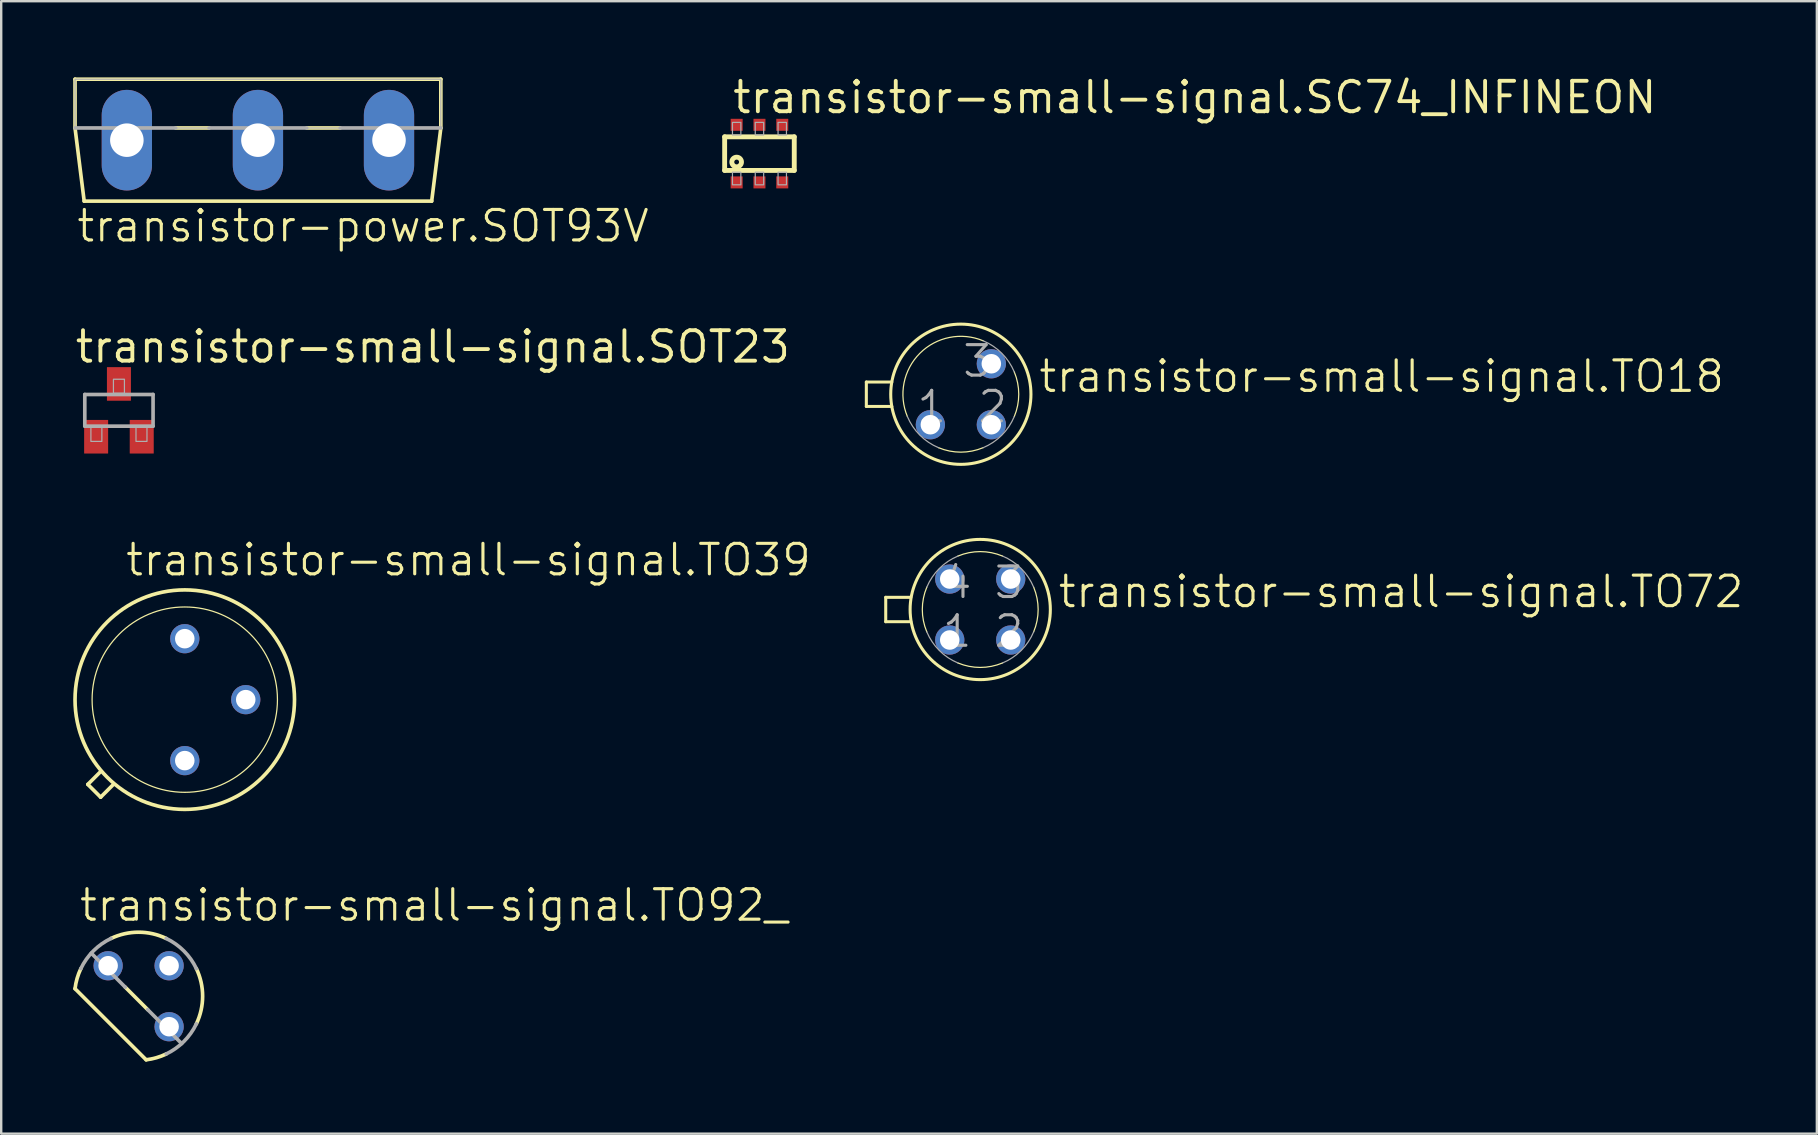
<source format=kicad_pcb>
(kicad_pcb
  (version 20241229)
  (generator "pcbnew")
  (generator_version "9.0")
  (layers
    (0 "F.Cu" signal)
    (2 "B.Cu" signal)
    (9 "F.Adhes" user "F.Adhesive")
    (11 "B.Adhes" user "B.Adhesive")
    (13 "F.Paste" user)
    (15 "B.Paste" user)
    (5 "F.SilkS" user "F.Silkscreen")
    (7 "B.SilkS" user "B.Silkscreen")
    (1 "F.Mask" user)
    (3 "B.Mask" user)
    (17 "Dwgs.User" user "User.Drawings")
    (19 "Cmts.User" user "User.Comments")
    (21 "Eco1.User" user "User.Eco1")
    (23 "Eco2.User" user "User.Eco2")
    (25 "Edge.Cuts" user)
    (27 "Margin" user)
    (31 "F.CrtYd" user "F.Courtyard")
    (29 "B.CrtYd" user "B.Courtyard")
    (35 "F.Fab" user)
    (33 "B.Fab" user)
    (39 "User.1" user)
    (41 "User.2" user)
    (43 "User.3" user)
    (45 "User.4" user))
  (footprint "transistor-small-signal.TO72"
    (layer "F.Cu")
    (at 37.789 22.344)
    (property "Reference" "transistor-small-signal.TO72" (at 3.175 0 0) (layer "F.SilkS") (effects (font (size 1.27 1.27) (thickness 0.13)) (justify left bottom)))
    (attr through_hole)
    (fp_line (start -3.937 -0.508) (end -2.896 -0.508) (stroke (width 0.127) (type default)) (layer "F.SilkS"))
    (fp_line (start -3.937 0.508) (end -3.937 -0.508) (stroke (width 0.127) (type default)) (layer "F.SilkS"))
    (fp_line (start -2.896 0.508) (end -3.937 0.508) (stroke (width 0.127) (type default)) (layer "F.SilkS"))
    (fp_arc (start -2.227 0.9289) (mid -2.412962 0) (end -2.227 -0.9289) (stroke (width 0.0508) (type default)) (layer "F.SilkS"))
    (fp_arc (start -0.9289 -2.227) (mid 0 -2.412962) (end 0.9289 -2.227) (stroke (width 0.0508) (type default)) (layer "F.SilkS"))
    (fp_arc (start 0.9289 2.227) (mid 0 2.412962) (end -0.9289 2.227) (stroke (width 0.0508) (type default)) (layer "F.SilkS"))
    (fp_arc (start 2.227 -0.9289) (mid 2.412962 0) (end 2.227 0.9289) (stroke (width 0.0508) (type default)) (layer "F.SilkS"))
    (fp_circle (center 0 0) (end 2.921 0) (stroke (width 0.127) (type default)) (fill no) (layer "F.SilkS"))
    (fp_arc (start -2.227 -0.9289) (mid -1.706222 -1.706222) (end -0.9289 -2.227) (stroke (width 0.0508) (type default)) (layer "F.Fab"))
    (fp_arc (start -0.9289 2.227) (mid -1.706222 1.706222) (end -2.227 0.9289) (stroke (width 0.0508) (type default)) (layer "F.Fab"))
    (fp_arc (start 0.9289 -2.227) (mid 1.706222 -1.706222) (end 2.227 -0.9289) (stroke (width 0.0508) (type default)) (layer "F.Fab"))
    (fp_arc (start 2.227 0.9289) (mid 1.706222 1.706222) (end 0.9289 2.227) (stroke (width 0.0508) (type default)) (layer "F.Fab"))
    (fp_text user "2" (at 0.508 1.651 0) (layer "F.Fab") (effects (font (size 1.27 1.27) (thickness 0.13)) (justify left bottom)))
    (fp_text user "4" (at -1.651 -0.381 0) (layer "F.Fab") (effects (font (size 1.27 1.27) (thickness 0.13)) (justify left bottom)))
    (fp_text user "3" (at 0.508 -0.381 0) (layer "F.Fab") (effects (font (size 1.27 1.27) (thickness 0.13)) (justify left bottom)))
    (fp_text user "1" (at -1.651 1.651 0) (layer "F.Fab") (effects (font (size 1.27 1.27) (thickness 0.13)) (justify left bottom)))
    (pad "1" thru_hole circle (at -1.27 1.27) (size 1.219 1.219) (drill 0.813) (layers "*.Cu" "*.Mask"))
    (pad "2" thru_hole circle (at 1.27 1.27) (size 1.219 1.219) (drill 0.813) (layers "*.Cu" "*.Mask"))
    (pad "3" thru_hole circle (at 1.27 -1.27) (size 1.219 1.219) (drill 0.813) (layers "*.Cu" "*.Mask"))
    (pad "4" thru_hole circle (at -1.27 -1.27) (size 1.219 1.219) (drill 0.813) (layers "*.Cu" "*.Mask")))
  (footprint "transistor-small-signal.TO39"
    (layer "F.Cu")
    (at 4.648 26.099)
    (property "Reference" "transistor-small-signal.TO39" (at -2.54 -5.08 0) (layer "F.SilkS") (effects (font (size 1.27 1.27) (thickness 0.13)) (justify left bottom)))
    (attr through_hole)
    (fp_line (start -4.039 3.531) (end -3.505 2.997) (stroke (width 0.152) (type default)) (layer "F.SilkS"))
    (fp_line (start -3.505 4.064) (end -4.039 3.531) (stroke (width 0.152) (type default)) (layer "F.SilkS"))
    (fp_line (start -2.972 3.531) (end -3.505 4.064) (stroke (width 0.152) (type default)) (layer "F.SilkS"))
    (fp_circle (center 0 0) (end 3.861 0) (stroke (width 0.051) (type default)) (fill no) (layer "F.SilkS"))
    (fp_circle (center 0 0) (end 4.572 0) (stroke (width 0.152) (type default)) (fill no) (layer "F.SilkS"))
    (pad "1" thru_hole circle (at 0 2.54) (size 1.219 1.219) (drill 0.813) (layers "*.Cu" "*.Mask"))
    (pad "2" thru_hole circle (at 2.54 0) (size 1.219 1.219) (drill 0.813) (layers "*.Cu" "*.Mask"))
    (pad "3" thru_hole circle (at 0 -2.54) (size 1.219 1.219) (drill 0.813) (layers "*.Cu" "*.Mask")))
  (footprint "transistor-small-signal.SOT23"
    (layer "F.Cu")
    (at 1.905 14.045)
    (property "Reference" "transistor-small-signal.SOT23" (at -1.905 -1.905 0) (layer "F.SilkS") (effects (font (size 1.27 1.27) (thickness 0.16)) (justify left bottom)))
    (attr smd)
    (fp_line (start -1.422 -0.66) (end 1.422 -0.66) (stroke (width 0.152) (type default)) (layer "F.Fab"))
    (fp_line (start -1.422 0.66) (end -1.422 -0.66) (stroke (width 0.152) (type default)) (layer "F.Fab"))
    (fp_line (start 1.422 -0.66) (end 1.422 0.66) (stroke (width 0.152) (type default)) (layer "F.Fab"))
    (fp_line (start 1.422 0.66) (end -1.422 0.66) (stroke (width 0.152) (type default)) (layer "F.Fab"))
    (fp_rect (start -1.168 1.295) (end -0.711 0.711) (stroke (width 0.05) (type default)) (fill no) (layer "F.Fab"))
    (fp_rect (start -0.229 -0.711) (end 0.229 -1.295) (stroke (width 0.05) (type default)) (fill no) (layer "F.Fab"))
    (fp_rect (start 0.711 1.295) (end 1.168 0.711) (stroke (width 0.05) (type default)) (fill no) (layer "F.Fab"))
    (pad "1" smd roundrect (at -0.95 1.1) (size 1 1.4) (layers "F.Cu" "F.Mask" "F.Paste") (roundrect_rratio 0.01))
    (pad "2" smd roundrect (at 0.95 1.1) (size 1 1.4) (layers "F.Cu" "F.Mask" "F.Paste") (roundrect_rratio 0.01))
    (pad "3" smd roundrect (at 0 -1.1) (size 1 1.4) (layers "F.Cu" "F.Mask" "F.Paste") (roundrect_rratio 0.01)))
  (footprint "transistor-small-signal.TO18"
    (layer "F.Cu")
    (at 36.981 13.375)
    (property "Reference" "transistor-small-signal.TO18" (at 3.175 0 0) (layer "F.SilkS") (effects (font (size 1.27 1.27) (thickness 0.13)) (justify left bottom)))
    (attr through_hole)
    (fp_line (start -3.937 -0.508) (end -2.877 -0.508) (stroke (width 0.127) (type default)) (layer "F.SilkS"))
    (fp_line (start -3.937 0.508) (end -3.937 -0.508) (stroke (width 0.127) (type default)) (layer "F.SilkS"))
    (fp_line (start -3.937 0.508) (end -2.877 0.508) (stroke (width 0.127) (type default)) (layer "F.SilkS"))
    (fp_arc (start -2.227 0.9289) (mid -1.706187 -1.706287) (end 0.929 -2.2271) (stroke (width 0.0508) (type default)) (layer "F.SilkS"))
    (fp_arc (start 0.9289 2.227) (mid 0 2.412962) (end -0.9289 2.227) (stroke (width 0.0508) (type default)) (layer "F.SilkS"))
    (fp_arc (start 2.227 -0.9289) (mid 2.412962 0) (end 2.227 0.9289) (stroke (width 0.0508) (type default)) (layer "F.SilkS"))
    (fp_circle (center 0 0) (end 2.921 0) (stroke (width 0.127) (type default)) (fill no) (layer "F.SilkS"))
    (fp_arc (start -0.9289 2.227) (mid -1.706222 1.706222) (end -2.227 0.9289) (stroke (width 0.0508) (type default)) (layer "F.Fab"))
    (fp_arc (start 0.9289 -2.227) (mid 1.706222 -1.706222) (end 2.227 -0.9289) (stroke (width 0.0508) (type default)) (layer "F.Fab"))
    (fp_arc (start 2.227 0.9289) (mid 1.706222 1.706222) (end 0.9289 2.227) (stroke (width 0.0508) (type default)) (layer "F.Fab"))
    (fp_text user "2" (at 0.635 1.27 0) (layer "F.Fab") (effects (font (size 1.27 1.27) (thickness 0.13)) (justify left bottom)))
    (fp_text user "1" (at -1.905 1.27 0) (layer "F.Fab") (effects (font (size 1.27 1.27) (thickness 0.13)) (justify left bottom)))
    (fp_text user "3" (at 0 -0.635 0) (layer "F.Fab") (effects (font (size 1.27 1.27) (thickness 0.13)) (justify left bottom)))
    (pad "1" thru_hole circle (at -1.27 1.27) (size 1.219 1.219) (drill 0.813) (layers "*.Cu" "*.Mask"))
    (pad "2" thru_hole circle (at 1.27 1.27) (size 1.219 1.219) (drill 0.813) (layers "*.Cu" "*.Mask"))
    (pad "3" thru_hole circle (at 1.27 -1.27) (size 1.219 1.219) (drill 0.813) (layers "*.Cu" "*.Mask")))
  (footprint "transistor-small-signal.SC74_INFINEON"
    (layer "F.Cu")
    (at 28.591 3.35)
    (property "Reference" "transistor-small-signal.SC74_INFINEON" (at -1.2 -1.6 0) (layer "F.SilkS") (effects (font (size 1.27 1.27) (thickness 0.16)) (justify left bottom)))
    (attr smd)
    (fp_line (start -1.45 -0.7) (end -1.45 0.7) (stroke (width 0.203) (type default)) (layer "F.SilkS"))
    (fp_line (start -1.45 0.7) (end 1.45 0.7) (stroke (width 0.203) (type default)) (layer "F.SilkS"))
    (fp_line (start 1.45 -0.7) (end -1.45 -0.7) (stroke (width 0.203) (type default)) (layer "F.SilkS"))
    (fp_line (start 1.45 0.7) (end 1.45 -0.7) (stroke (width 0.203) (type default)) (layer "F.SilkS"))
    (fp_circle (center -0.95 0.35) (end -0.85 0.35) (stroke (width 0.203) (type default)) (fill no) (layer "F.SilkS"))
    (fp_rect (start -1.125 -0.775) (end -0.775 -1.3) (stroke (width 0.05) (type default)) (fill no) (layer "F.Fab"))
    (fp_rect (start -1.125 1.3) (end -0.775 0.775) (stroke (width 0.05) (type default)) (fill no) (layer "F.Fab"))
    (fp_rect (start -0.175 -0.775) (end 0.175 -1.3) (stroke (width 0.05) (type default)) (fill no) (layer "F.Fab"))
    (fp_rect (start -0.175 1.3) (end 0.175 0.775) (stroke (width 0.05) (type default)) (fill no) (layer "F.Fab"))
    (fp_rect (start 0.775 -0.775) (end 1.125 -1.3) (stroke (width 0.05) (type default)) (fill no) (layer "F.Fab"))
    (fp_rect (start 0.775 1.3) (end 1.125 0.775) (stroke (width 0.05) (type default)) (fill no) (layer "F.Fab"))
    (pad "1" smd roundrect (at -0.95 1.2) (size 0.5 0.5) (layers "F.Cu" "F.Mask" "F.Paste") (roundrect_rratio 0.01))
    (pad "2" smd roundrect (at 0 1.2) (size 0.5 0.5) (layers "F.Cu" "F.Mask" "F.Paste") (roundrect_rratio 0.01))
    (pad "3" smd roundrect (at 0.95 1.2) (size 0.5 0.5) (layers "F.Cu" "F.Mask" "F.Paste") (roundrect_rratio 0.01))
    (pad "4" smd roundrect (at 0.95 -1.2) (size 0.5 0.5) (layers "F.Cu" "F.Mask" "F.Paste") (roundrect_rratio 0.01))
    (pad "5" smd roundrect (at 0 -1.2) (size 0.5 0.5) (layers "F.Cu" "F.Mask" "F.Paste") (roundrect_rratio 0.01))
    (pad "6" smd roundrect (at -0.95 -1.2) (size 0.5 0.5) (layers "F.Cu" "F.Mask" "F.Paste") (roundrect_rratio 0.01)))
  (footprint "transistor-small-signal.TO92_"
    (layer "F.Cu")
    (at 2.725 38.455)
    (property "Reference" "transistor-small-signal.TO92_" (at -2.54 -3.048 0) (layer "F.SilkS") (effects (font (size 1.27 1.27) (thickness 0.13)) (justify left bottom)))
    (attr through_hole)
    (fp_line (start -2.649 -0.314) (end 0.314 2.649) (stroke (width 0.152) (type default)) (layer "F.SilkS"))
    (fp_line (start -0.557 -0.377) (end 0.377 0.557) (stroke (width 0.152) (type default)) (layer "F.SilkS"))
    (fp_arc (start -2.649 -0.314) (mid -2.562364 -0.741831) (end -2.4071 -1.1498) (stroke (width 0.1524) (type default)) (layer "F.SilkS"))
    (fp_arc (start -1.1494 -2.4066) (mid 0 -2.666992) (end 1.1494 -2.4066) (stroke (width 0.1524) (type default)) (layer "F.SilkS"))
    (fp_arc (start 1.1498 2.4071) (mid 0.741831 2.562364) (end 0.314 2.649) (stroke (width 0.1524) (type default)) (layer "F.SilkS"))
    (fp_arc (start 2.4066 -1.1494) (mid 2.666992 0) (end 2.4066 1.1494) (stroke (width 0.1524) (type default)) (layer "F.SilkS"))
    (fp_line (start -1.974 -1.794) (end -0.557 -0.377) (stroke (width 0.152) (type default)) (layer "F.Fab"))
    (fp_line (start 0.377 0.557) (end 1.794 1.974) (stroke (width 0.152) (type default)) (layer "F.Fab"))
    (fp_arc (start -2.4066 -1.1494) (mid -1.885848 -1.885848) (end -1.1494 -2.4066) (stroke (width 0.1524) (type default)) (layer "F.Fab"))
    (fp_arc (start 1.1494 -2.4066) (mid 1.885848 -1.885848) (end 2.4066 -1.1494) (stroke (width 0.1524) (type default)) (layer "F.Fab"))
    (fp_arc (start 2.4066 1.1494) (mid 1.885848 1.885848) (end 1.1494 2.4066) (stroke (width 0.1524) (type default)) (layer "F.Fab"))
    (pad "1" thru_hole circle (at 1.27 1.27) (size 1.219 1.219) (drill 0.813) (layers "*.Cu" "*.Mask"))
    (pad "2" thru_hole circle (at 1.27 -1.27) (size 1.219 1.219) (drill 0.813) (layers "*.Cu" "*.Mask"))
    (pad "3" thru_hole circle (at -1.27 -1.27) (size 1.219 1.219) (drill 0.813) (layers "*.Cu" "*.Mask")))
  (footprint "transistor-power.SOT93V"
    (layer "F.Cu")
    (at 7.696 0.25)
    (property "Reference" "transistor-power.SOT93V" (at -7.62 6.858 0) (layer "F.SilkS") (effects (font (size 1.27 1.27) (thickness 0.13)) (justify left bottom)))
    (attr through_hole)
    (fp_line (start -7.62 0) (end -7.62 2.032) (stroke (width 0.152) (type default)) (layer "F.SilkS"))
    (fp_line (start -7.62 0) (end 7.62 0) (stroke (width 0.152) (type default)) (layer "F.SilkS"))
    (fp_line (start -7.62 2.032) (end -7.239 5.08) (stroke (width 0.152) (type default)) (layer "F.SilkS"))
    (fp_line (start -7.239 5.08) (end 7.239 5.08) (stroke (width 0.152) (type default)) (layer "F.SilkS"))
    (fp_line (start -2.032 2.032) (end -3.429 2.032) (stroke (width 0.152) (type default)) (layer "F.SilkS"))
    (fp_line (start 3.429 2.032) (end 2.032 2.032) (stroke (width 0.152) (type default)) (layer "F.SilkS"))
    (fp_line (start 7.62 0) (end 7.62 2.032) (stroke (width 0.152) (type default)) (layer "F.SilkS"))
    (fp_line (start 7.62 2.032) (end 7.239 5.08) (stroke (width 0.152) (type default)) (layer "F.SilkS"))
    (fp_line (start -3.429 2.032) (end -7.62 2.032) (stroke (width 0.152) (type default)) (layer "F.Fab"))
    (fp_line (start 2.032 2.032) (end -2.032 2.032) (stroke (width 0.152) (type default)) (layer "F.Fab"))
    (fp_line (start 7.62 2.032) (end 3.429 2.032) (stroke (width 0.152) (type default)) (layer "F.Fab"))
    (fp_rect (start -7.62 2.032) (end 7.62 0) (stroke (width 0.05) (type default)) (fill no) (layer "F.Fab"))
    (pad "B" thru_hole oval (at -5.461 2.54 90) (size 4.191 2.095) (drill 1.397) (layers "*.Cu" "*.Mask"))
    (pad "C" thru_hole oval (at 0 2.54 90) (size 4.191 2.095) (drill 1.397) (layers "*.Cu" "*.Mask"))
    (pad "E" thru_hole oval (at 5.461 2.54 90) (size 4.191 2.095) (drill 1.397) (layers "*.Cu" "*.Mask")))
  (gr_rect
    (start -3 -3)
    (end 72.645 44.181)
    (stroke (width 0.1) (type default))
    (fill no)
    (layer "Edge.Cuts")))
</source>
